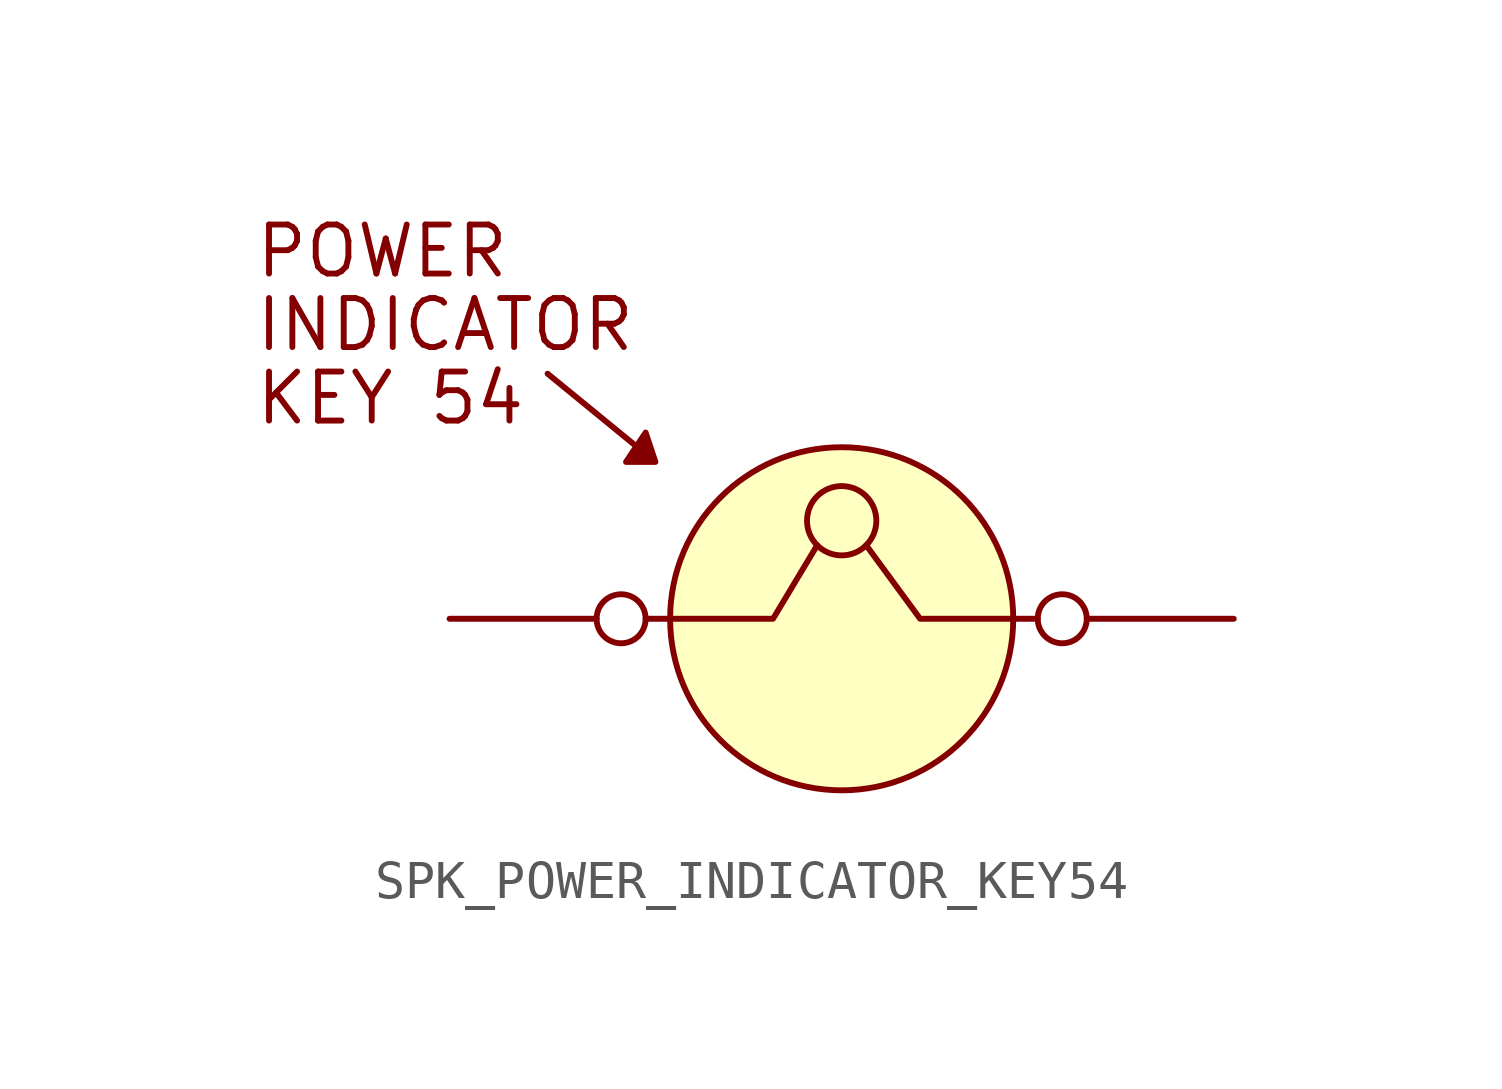
<source format=kicad_sym>
(kicad_symbol_lib
  (version 20211014)
  (generator kicad_symbol_editor)
  (symbol "SPK_POWER_INDICATOR_KEY54"
    (property "Reference" "D"
      (at -22.86 16.51 0)
      (effects (font (size 1.27 1.27)) hide))
    (symbol "SPK_POWER_INDICATOR_KEY54_0_0"
      (polyline (pts (xy -0.635 1.905) (xy -1.778 0) (xy -5.08 0)) (stroke (width 0) (type default) (color 0 0 0 0)) (fill (type none)))
      (polyline (pts (xy 0.635 1.905) (xy 2.032 0) (xy 5.08 0)) (stroke (width 0) (type default) (color 0 0 0 0)) (fill (type none)))
      (polyline (pts (xy -7.62 6.35) (xy -4.826 4.064) (xy -5.08 4.826) (xy -5.588 4.064) (xy -4.826 4.064)) (stroke (width 0) (type default) (color 0 0 0 0)) (fill (type outline)))
      (circle (center 0 0) (radius 4.445) (stroke (width 0) (type default) (color 0 0 0 0)) (fill (type background)))
      (circle (center 0 2.54) (radius 0.898) (stroke (width 0) (type default) (color 0 0 0 0)) (fill (type none)))
      (text "INDICATOR" (at -15.24 7.62 0) (effects (font (size 1.27 1.27)) (justify left)))
      (text "KEY 54" (at -15.24 5.715 0) (effects (font (size 1.27 1.27)) (justify left)))
      (text "POWER" (at -15.24 9.525 0) (effects (font (size 1.27 1.27)) (justify left))))
    (symbol "SPK_POWER_INDICATOR_KEY54_1_1"
      (pin passive inverted (at -10.16 0 0) (length 5.08) (name "" (effects (font (size 1.27 1.27)))) (number "" (effects (font (size 1.27 1.27)))))
      (pin passive inverted (at 10.16 0 180) (length 5.08) (name "" (effects (font (size 1.27 1.27)))) (number "" (effects (font (size 1.27 1.27))))))))
</source>
